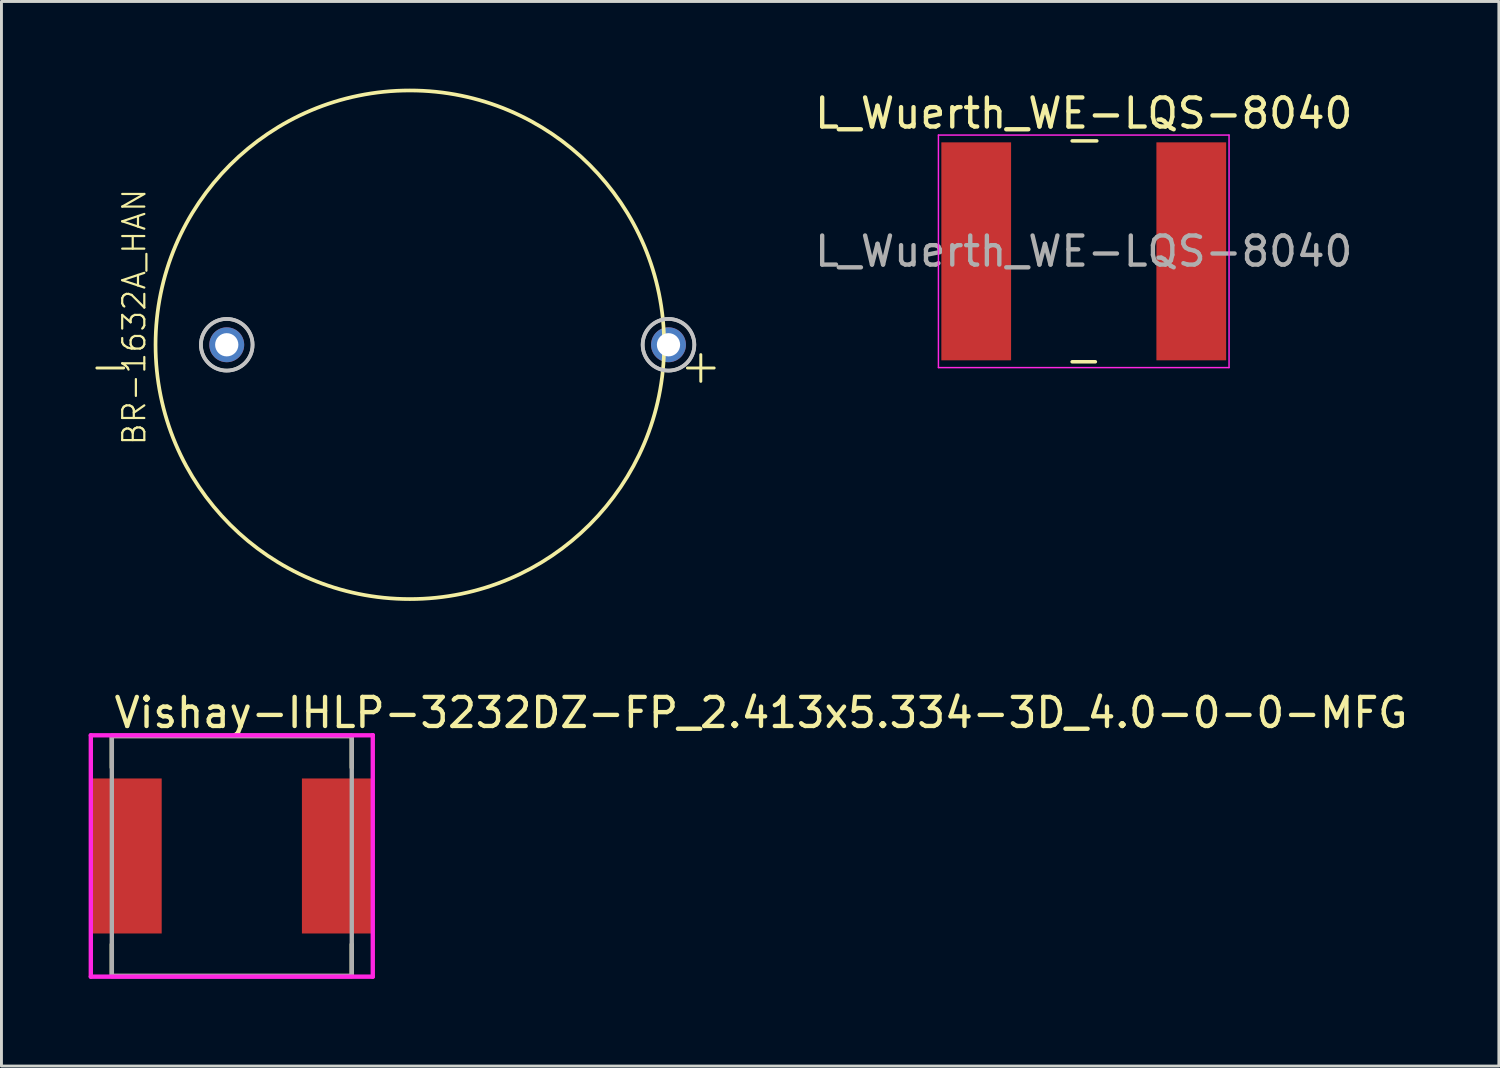
<source format=kicad_pcb>
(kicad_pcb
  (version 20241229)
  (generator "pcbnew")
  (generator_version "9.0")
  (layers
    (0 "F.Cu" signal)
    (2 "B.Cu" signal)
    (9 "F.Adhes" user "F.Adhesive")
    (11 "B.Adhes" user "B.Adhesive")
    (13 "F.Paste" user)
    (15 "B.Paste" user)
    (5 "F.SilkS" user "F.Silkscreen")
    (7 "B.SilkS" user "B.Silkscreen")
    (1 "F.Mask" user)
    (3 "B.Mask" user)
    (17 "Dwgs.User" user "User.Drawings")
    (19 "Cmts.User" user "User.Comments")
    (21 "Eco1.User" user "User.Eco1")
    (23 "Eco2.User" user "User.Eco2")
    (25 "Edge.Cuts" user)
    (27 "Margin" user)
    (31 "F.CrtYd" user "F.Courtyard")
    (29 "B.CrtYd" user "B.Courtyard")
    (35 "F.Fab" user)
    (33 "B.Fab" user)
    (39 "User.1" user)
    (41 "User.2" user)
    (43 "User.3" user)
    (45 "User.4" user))
  (footprint "BR-1632A_HAN"
    (layer "F.Cu")
    (at 12.352 8.813)
    (property "Reference" "BR-1632A_HAN" (at -10.34 -0.955 270) (layer "F.SilkS") (effects (font (size 0.76 0.76) (thickness 0.076)) (justify bottom)))
    (attr through_hole)
    (fp_circle (center -1.3 0) (end 7.45 0) (stroke (width 0.127) (type solid)) (fill no) (layer "F.SilkS"))
    (fp_circle (center -7.6 0) (end -6.711 0) (stroke (width 0.127) (type solid)) (fill no) (layer "Dwgs.User"))
    (fp_circle (center -7.6 0) (end -6.711 0) (stroke (width 0.127) (type solid)) (fill no) (layer "Dwgs.User"))
    (fp_circle (center 7.6 0) (end 8.489 0) (stroke (width 0.127) (type solid)) (fill no) (layer "Dwgs.User"))
    (fp_circle (center 7.6 0) (end 8.489 0) (stroke (width 0.127) (type solid)) (fill no) (layer "Dwgs.User"))
    (fp_text user "-" (at -10.795 0 0) (layer "F.SilkS") (effects (font (size 1.206 1.206) (thickness 0.102)) (justify right top)))
    (fp_text user "+" (at 9.525 0 0) (layer "F.SilkS") (effects (font (size 1.206 1.206) (thickness 0.102)) (justify right top)))
    (pad "1" thru_hole circle (at 7.6 0) (size 1.2 1.2) (drill 0.8) (layers "*.Cu" "*.Mask"))
    (pad "2" thru_hole circle (at -7.6 0) (size 1.2 1.2) (drill 0.8) (layers "*.Cu" "*.Mask")))
  (footprint "Vishay-IHLP-3232DZ-FP_2.413x5.334-3D_4.0-0-0-MFG"
    (layer "F.Cu")
    (at 4.926 26.403)
    (property "Reference" "Vishay-IHLP-3232DZ-FP_2.413x5.334-3D_4.0-0-0-MFG" (at -4.128 -4.928 0) (layer "F.SilkS") (effects (font (size 1 1) (thickness 0.15)) (justify left)))
    (attr through_hole)
    (fp_line (start -4.128 -4.128) (end 4.128 -4.128) (stroke (width 0.15) (type solid)) (layer "F.SilkS"))
    (fp_line (start -4.128 -3.042) (end -4.128 -4.128) (stroke (width 0.15) (type solid)) (layer "F.SilkS"))
    (fp_line (start -4.128 4.128) (end -4.128 3.042) (stroke (width 0.15) (type solid)) (layer "F.SilkS"))
    (fp_line (start -4.128 4.128) (end 4.128 4.128) (stroke (width 0.15) (type solid)) (layer "F.SilkS"))
    (fp_line (start 4.128 -3.042) (end 4.128 -4.128) (stroke (width 0.15) (type solid)) (layer "F.SilkS"))
    (fp_line (start 4.128 4.128) (end 4.128 3.042) (stroke (width 0.15) (type solid)) (layer "F.SilkS"))
    (fp_line (start -4.851 -4.153) (end -4.851 4.153) (stroke (width 0.15) (type solid)) (layer "F.CrtYd"))
    (fp_line (start -4.851 4.153) (end 4.851 4.153) (stroke (width 0.15) (type solid)) (layer "F.CrtYd"))
    (fp_line (start 4.851 -4.153) (end -4.851 -4.153) (stroke (width 0.15) (type solid)) (layer "F.CrtYd"))
    (fp_line (start 4.851 -4.153) (end 4.851 -4.153) (stroke (width 0.15) (type solid)) (layer "F.CrtYd"))
    (fp_line (start 4.851 4.153) (end 4.851 -4.153) (stroke (width 0.15) (type solid)) (layer "F.CrtYd"))
    (fp_line (start -4.128 -4.128) (end 4.128 -4.128) (stroke (width 0.15) (type solid)) (layer "F.Fab"))
    (fp_line (start -4.128 4.128) (end -4.128 -4.128) (stroke (width 0.15) (type solid)) (layer "F.Fab"))
    (fp_line (start 4.128 -4.128) (end 4.128 4.128) (stroke (width 0.15) (type solid)) (layer "F.Fab"))
    (fp_line (start 4.128 4.128) (end -4.128 4.128) (stroke (width 0.15) (type solid)) (layer "F.Fab"))
    (pad "1" smd rect (at -3.619 0) (size 2.413 5.334) (layers "F.Cu" "F.Mask" "F.Paste"))
    (pad "2" smd rect (at 3.619 0) (size 2.413 5.334) (layers "F.Cu" "F.Mask" "F.Paste")))
  (footprint "L_Wuerth_WE-LQS-8040"
    (layer "F.Cu")
    (at 34.24 5.598)
    (property "Reference" "L_Wuerth_WE-LQS-8040" (at 0 -4.75 0) (layer "F.SilkS") (effects (font (size 1 1) (thickness 0.15))))
    (attr smd)
    (fp_line (start -0.4 -3.8) (end 0.45 -3.8) (stroke (width 0.12) (type solid)) (layer "F.SilkS"))
    (fp_line (start -0.4 3.8) (end 0.4 3.8) (stroke (width 0.12) (type solid)) (layer "F.SilkS"))
    (fp_line (start -5 -4) (end 5 -4) (stroke (width 0.05) (type solid)) (layer "F.CrtYd"))
    (fp_line (start -5 4) (end -5 -4) (stroke (width 0.05) (type solid)) (layer "F.CrtYd"))
    (fp_line (start 5 -4) (end 5 4) (stroke (width 0.05) (type solid)) (layer "F.CrtYd"))
    (fp_line (start 5 4) (end -5 4) (stroke (width 0.05) (type solid)) (layer "F.CrtYd"))
    (fp_text user "${REFERENCE}" (at 0 0 0) (layer "F.Fab") (effects (font (size 1 1) (thickness 0.15))))
    (pad "1" smd rect (at -2.5 0) (size 2.4 7.5) (drill (offset -1.2 0)) (layers "F.Cu" "F.Mask" "F.Paste"))
    (pad "2" smd rect (at 2.5 0) (size 2.4 7.5) (drill (offset 1.2 0)) (layers "F.Cu" "F.Mask" "F.Paste")))
  (gr_rect
    (start -3 -3)
    (end 48.524 33.631)
    (stroke (width 0.1) (type default))
    (fill no)
    (layer "Edge.Cuts")))
</source>
